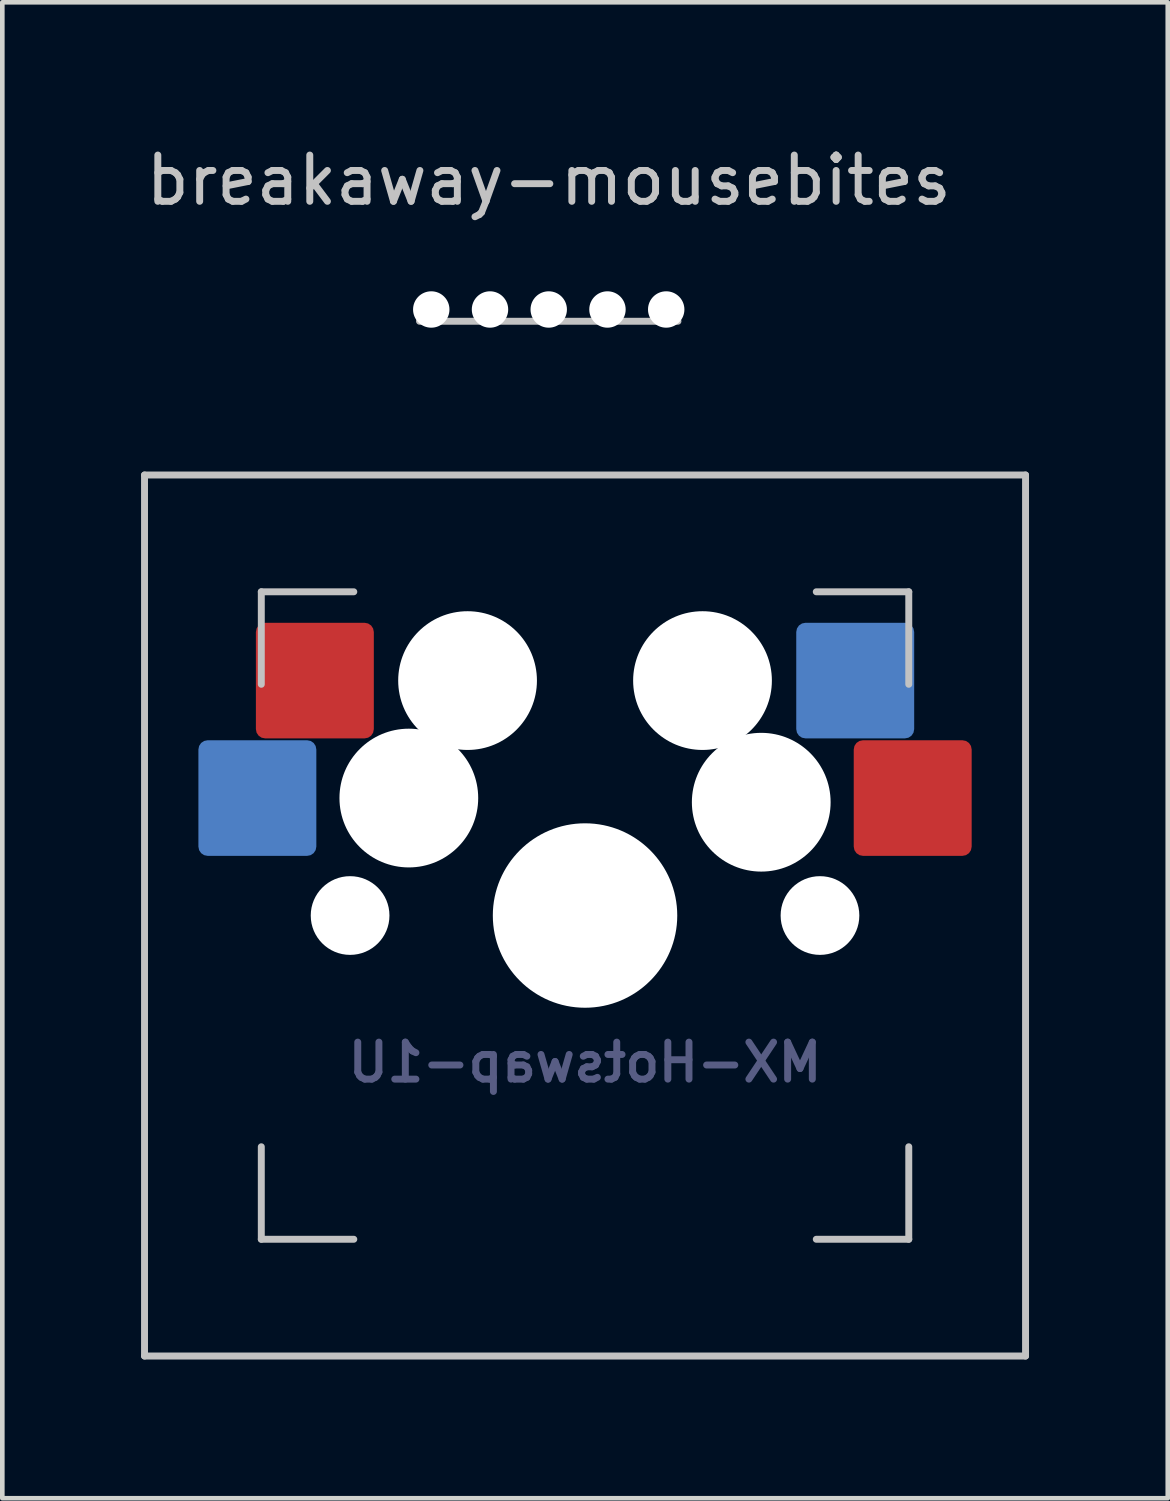
<source format=kicad_pcb>
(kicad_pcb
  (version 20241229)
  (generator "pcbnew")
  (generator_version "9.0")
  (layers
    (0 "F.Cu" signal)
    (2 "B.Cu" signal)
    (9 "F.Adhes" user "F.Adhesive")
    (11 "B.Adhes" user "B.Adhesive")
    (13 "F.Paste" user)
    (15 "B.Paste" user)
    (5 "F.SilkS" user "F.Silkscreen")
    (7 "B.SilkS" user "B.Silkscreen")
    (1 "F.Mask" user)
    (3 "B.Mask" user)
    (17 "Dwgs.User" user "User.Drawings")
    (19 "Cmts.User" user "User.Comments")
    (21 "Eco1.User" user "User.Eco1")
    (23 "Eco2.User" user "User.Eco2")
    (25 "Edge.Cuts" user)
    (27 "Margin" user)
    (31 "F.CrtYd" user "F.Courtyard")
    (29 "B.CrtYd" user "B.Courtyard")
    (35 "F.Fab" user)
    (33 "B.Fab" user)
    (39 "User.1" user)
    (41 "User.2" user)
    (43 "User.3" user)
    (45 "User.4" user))
  (footprint "breakaway-mousebites"
    (layer "F.Cu")
    (at 8.815 3.896)
    (property "Reference" "breakaway-mousebites" (at 0 -3.048 0) (layer "Dwgs.User") (effects (font (size 1 1) (thickness 0.15))))
    (attr through_hole)
    (fp_line (start -2.794 0) (end 2.794 0) (stroke (width 0.15) (type solid)) (layer "Dwgs.User"))
    (pad "" np_thru_hole circle (at -2.54 -0.254) (size 0.787 0.787) (drill 0.787) (layers "*.Cu" "*.Mask"))
    (pad "" np_thru_hole circle (at -1.27 -0.254) (size 0.787 0.787) (drill 0.787) (layers "*.Cu" "*.Mask"))
    (pad "" np_thru_hole circle (at 0 -0.254) (size 0.787 0.787) (drill 0.787) (layers "*.Cu" "*.Mask"))
    (pad "" np_thru_hole circle (at 1.27 -0.254) (size 0.787 0.787) (drill 0.787) (layers "*.Cu" "*.Mask"))
    (pad "" np_thru_hole circle (at 2.54 -0.254) (size 0.787 0.787) (drill 0.787) (layers "*.Cu" "*.Mask")))
  (footprint "MX-Hotswap-1U"
    (layer "F.Cu")
    (at 9.6 16.746)
    (property "Reference" "MX-Hotswap-1U" (at 0 3.175 0) (layer "B.Fab") (effects (font (size 0.8 0.8) (thickness 0.15)) (justify mirror)))
    (attr smd)
    (fp_line (start -9.525 9.525) (end -9.525 -9.525) (stroke (width 0.15) (type solid)) (layer "Dwgs.User"))
    (fp_line (start -7 -7) (end -7 -5) (stroke (width 0.15) (type solid)) (layer "Dwgs.User"))
    (fp_line (start -7 5) (end -7 7) (stroke (width 0.15) (type solid)) (layer "Dwgs.User"))
    (fp_line (start -7 7) (end -5 7) (stroke (width 0.15) (type solid)) (layer "Dwgs.User"))
    (fp_line (start -5 -7) (end -7 -7) (stroke (width 0.15) (type solid)) (layer "Dwgs.User"))
    (fp_line (start 5 -7) (end 7 -7) (stroke (width 0.15) (type solid)) (layer "Dwgs.User"))
    (fp_line (start 5 7) (end 7 7) (stroke (width 0.15) (type solid)) (layer "Dwgs.User"))
    (fp_line (start 7 -7) (end 7 -5) (stroke (width 0.15) (type solid)) (layer "Dwgs.User"))
    (fp_line (start 7 7) (end 7 5) (stroke (width 0.15) (type solid)) (layer "Dwgs.User"))
    (fp_line (start 9.525 -9.525) (end -9.525 -9.525) (stroke (width 0.15) (type solid)) (layer "Dwgs.User"))
    (fp_line (start 9.525 9.525) (end -9.525 9.525) (stroke (width 0.15) (type solid)) (layer "Dwgs.User"))
    (fp_line (start 9.525 9.525) (end 9.525 -9.525) (stroke (width 0.15) (type solid)) (layer "Dwgs.User"))
    (pad "" np_thru_hole circle (at -5.08 0 48.099) (size 1.702 1.702) (drill 1.702) (layers "*.Cu" "*.Mask"))
    (pad "" np_thru_hole circle (at -3.81 -2.54) (size 3 3) (drill 3) (layers "*.Cu" "*.Mask"))
    (pad "" np_thru_hole circle (at -2.54 -5.08) (size 3 3) (drill 3) (layers "*.Cu" "*.Mask"))
    (pad "" np_thru_hole circle (at 0 0) (size 3.988 3.988) (drill 3.988) (layers "*.Cu" "*.Mask"))
    (pad "" np_thru_hole circle (at 2.54 -5.08) (size 3 3) (drill 3) (layers "*.Cu" "*.Mask"))
    (pad "" np_thru_hole circle (at 3.81 -2.45) (size 3 3) (drill 3) (layers "*.Cu" "*.Mask"))
    (pad "" np_thru_hole circle (at 5.08 0 48.099) (size 1.702 1.702) (drill 1.702) (layers "*.Cu" "*.Mask"))
    (pad "1" smd roundrect (at -7.085 -2.54) (size 2.55 2.5) (layers "B.Cu" "B.Mask" "B.Paste") (roundrect_rratio 0.08))
    (pad "1" smd roundrect (at 7.085 -2.54) (size 2.55 2.5) (layers "F.Cu" "F.Mask" "F.Paste") (roundrect_rratio 0.08))
    (pad "2" smd roundrect (at -5.842 -5.08) (size 2.55 2.5) (layers "F.Cu" "F.Mask" "F.Paste") (roundrect_rratio 0.08))
    (pad "2" smd roundrect (at 5.842 -5.08) (size 2.55 2.5) (layers "B.Cu" "B.Mask" "B.Paste") (roundrect_rratio 0.08)))
  (gr_rect
    (start -3 -3)
    (end 22.2 29.346)
    (stroke (width 0.1) (type default))
    (fill no)
    (layer "Edge.Cuts")))
</source>
